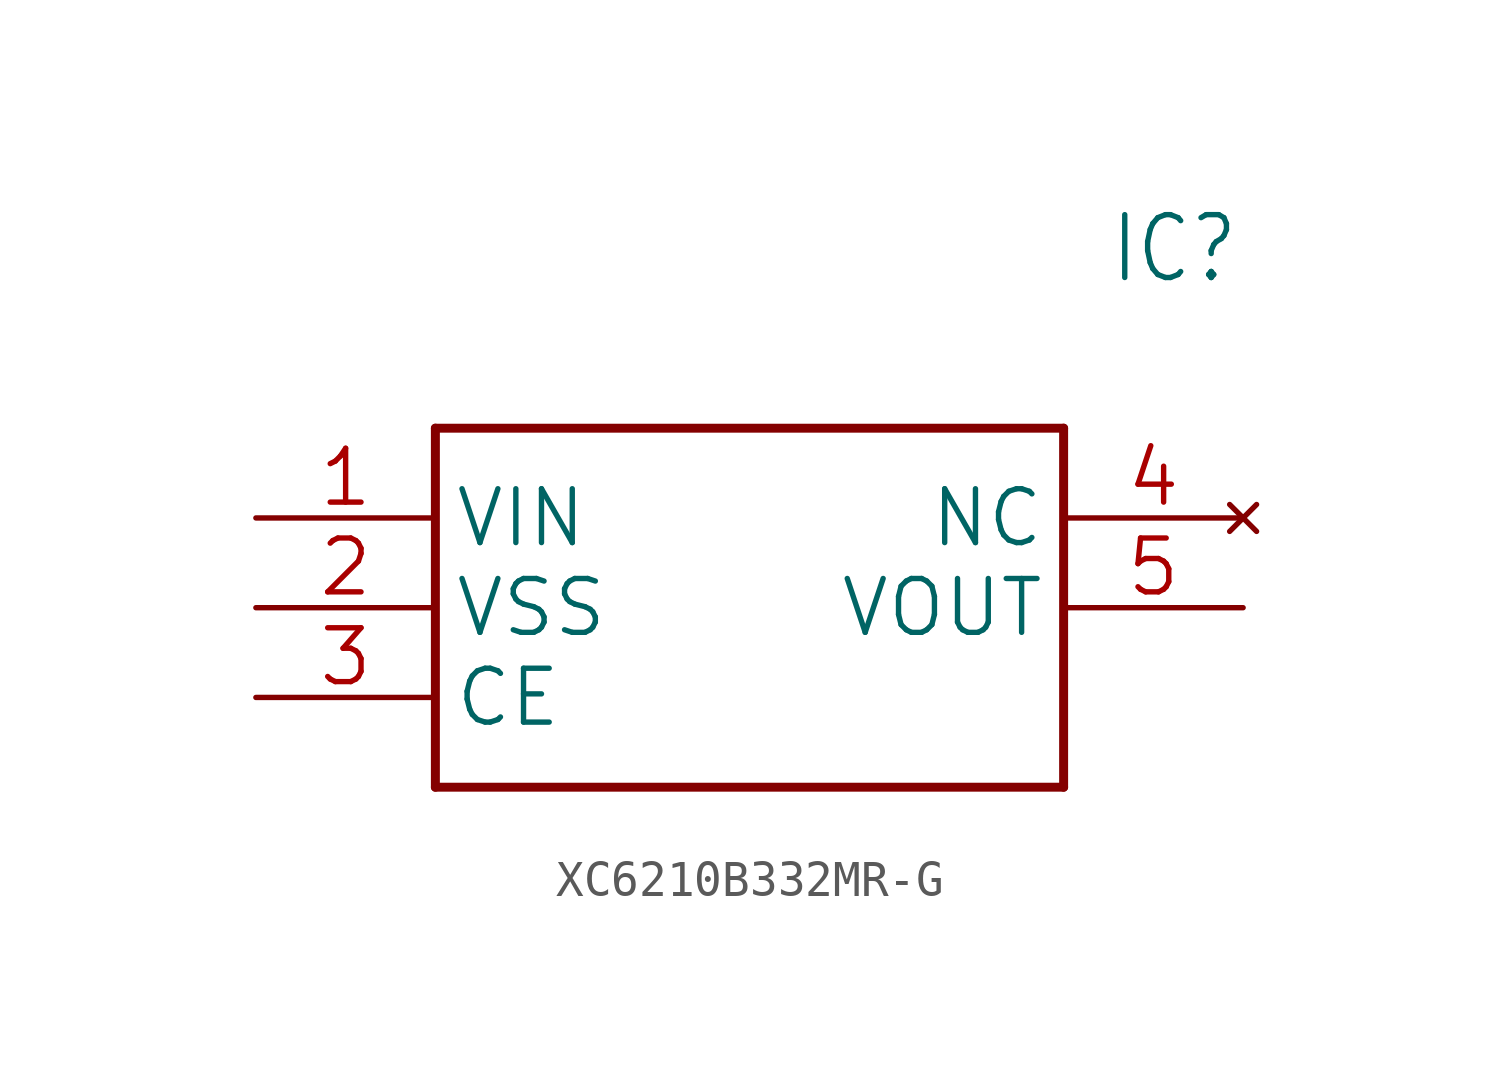
<source format=kicad_sym>
(kicad_symbol_lib
  (version 20241209)
  (generator "kicad_symbol_editor")
  (generator_version "9.0")
  (symbol "XC6210B332MR-G"
    (property "Reference" "IC"
      (at 24.13 7.62 0)
      (effects (font (size 1.778 1.511)) (justify left)))
    (property "Value" ""
      (at 24.13 5.08 0)
      (effects (font (size 1.778 1.511)) (justify left)))
    (property "ki_locked" ""
      (at 0 0 0)
      (effects (font (size 1.27 1.27))))
    (symbol "XC6210B332MR-G_1_0"
      (polyline (pts (xy 5.08 2.54) (xy 5.08 -7.62)) (stroke (width 0.254) (type solid)) (fill (type none)))
      (polyline (pts (xy 5.08 2.54) (xy 22.86 2.54)) (stroke (width 0.254) (type solid)) (fill (type none)))
      (polyline (pts (xy 22.86 -7.62) (xy 5.08 -7.62)) (stroke (width 0.254) (type solid)) (fill (type none)))
      (polyline (pts (xy 22.86 -7.62) (xy 22.86 2.54)) (stroke (width 0.254) (type solid)) (fill (type none)))
      (pin bidirectional line (at 0 0 0) (length 5.08) (name "VIN" (effects (font (size 1.524 1.524)))) (number "1" (effects (font (size 1.524 1.524)))))
      (pin bidirectional line (at 0 -2.54 0) (length 5.08) (name "VSS" (effects (font (size 1.524 1.524)))) (number "2" (effects (font (size 1.524 1.524)))))
      (pin bidirectional line (at 0 -5.08 0) (length 5.08) (name "CE" (effects (font (size 1.524 1.524)))) (number "3" (effects (font (size 1.524 1.524)))))
      (pin no_connect line (at 27.94 0 180) (length 5.08) (name "NC" (effects (font (size 1.524 1.524)))) (number "4" (effects (font (size 1.524 1.524)))))
      (pin bidirectional line (at 27.94 -2.54 180) (length 5.08) (name "VOUT" (effects (font (size 1.524 1.524)))) (number "5" (effects (font (size 1.524 1.524))))))))
</source>
